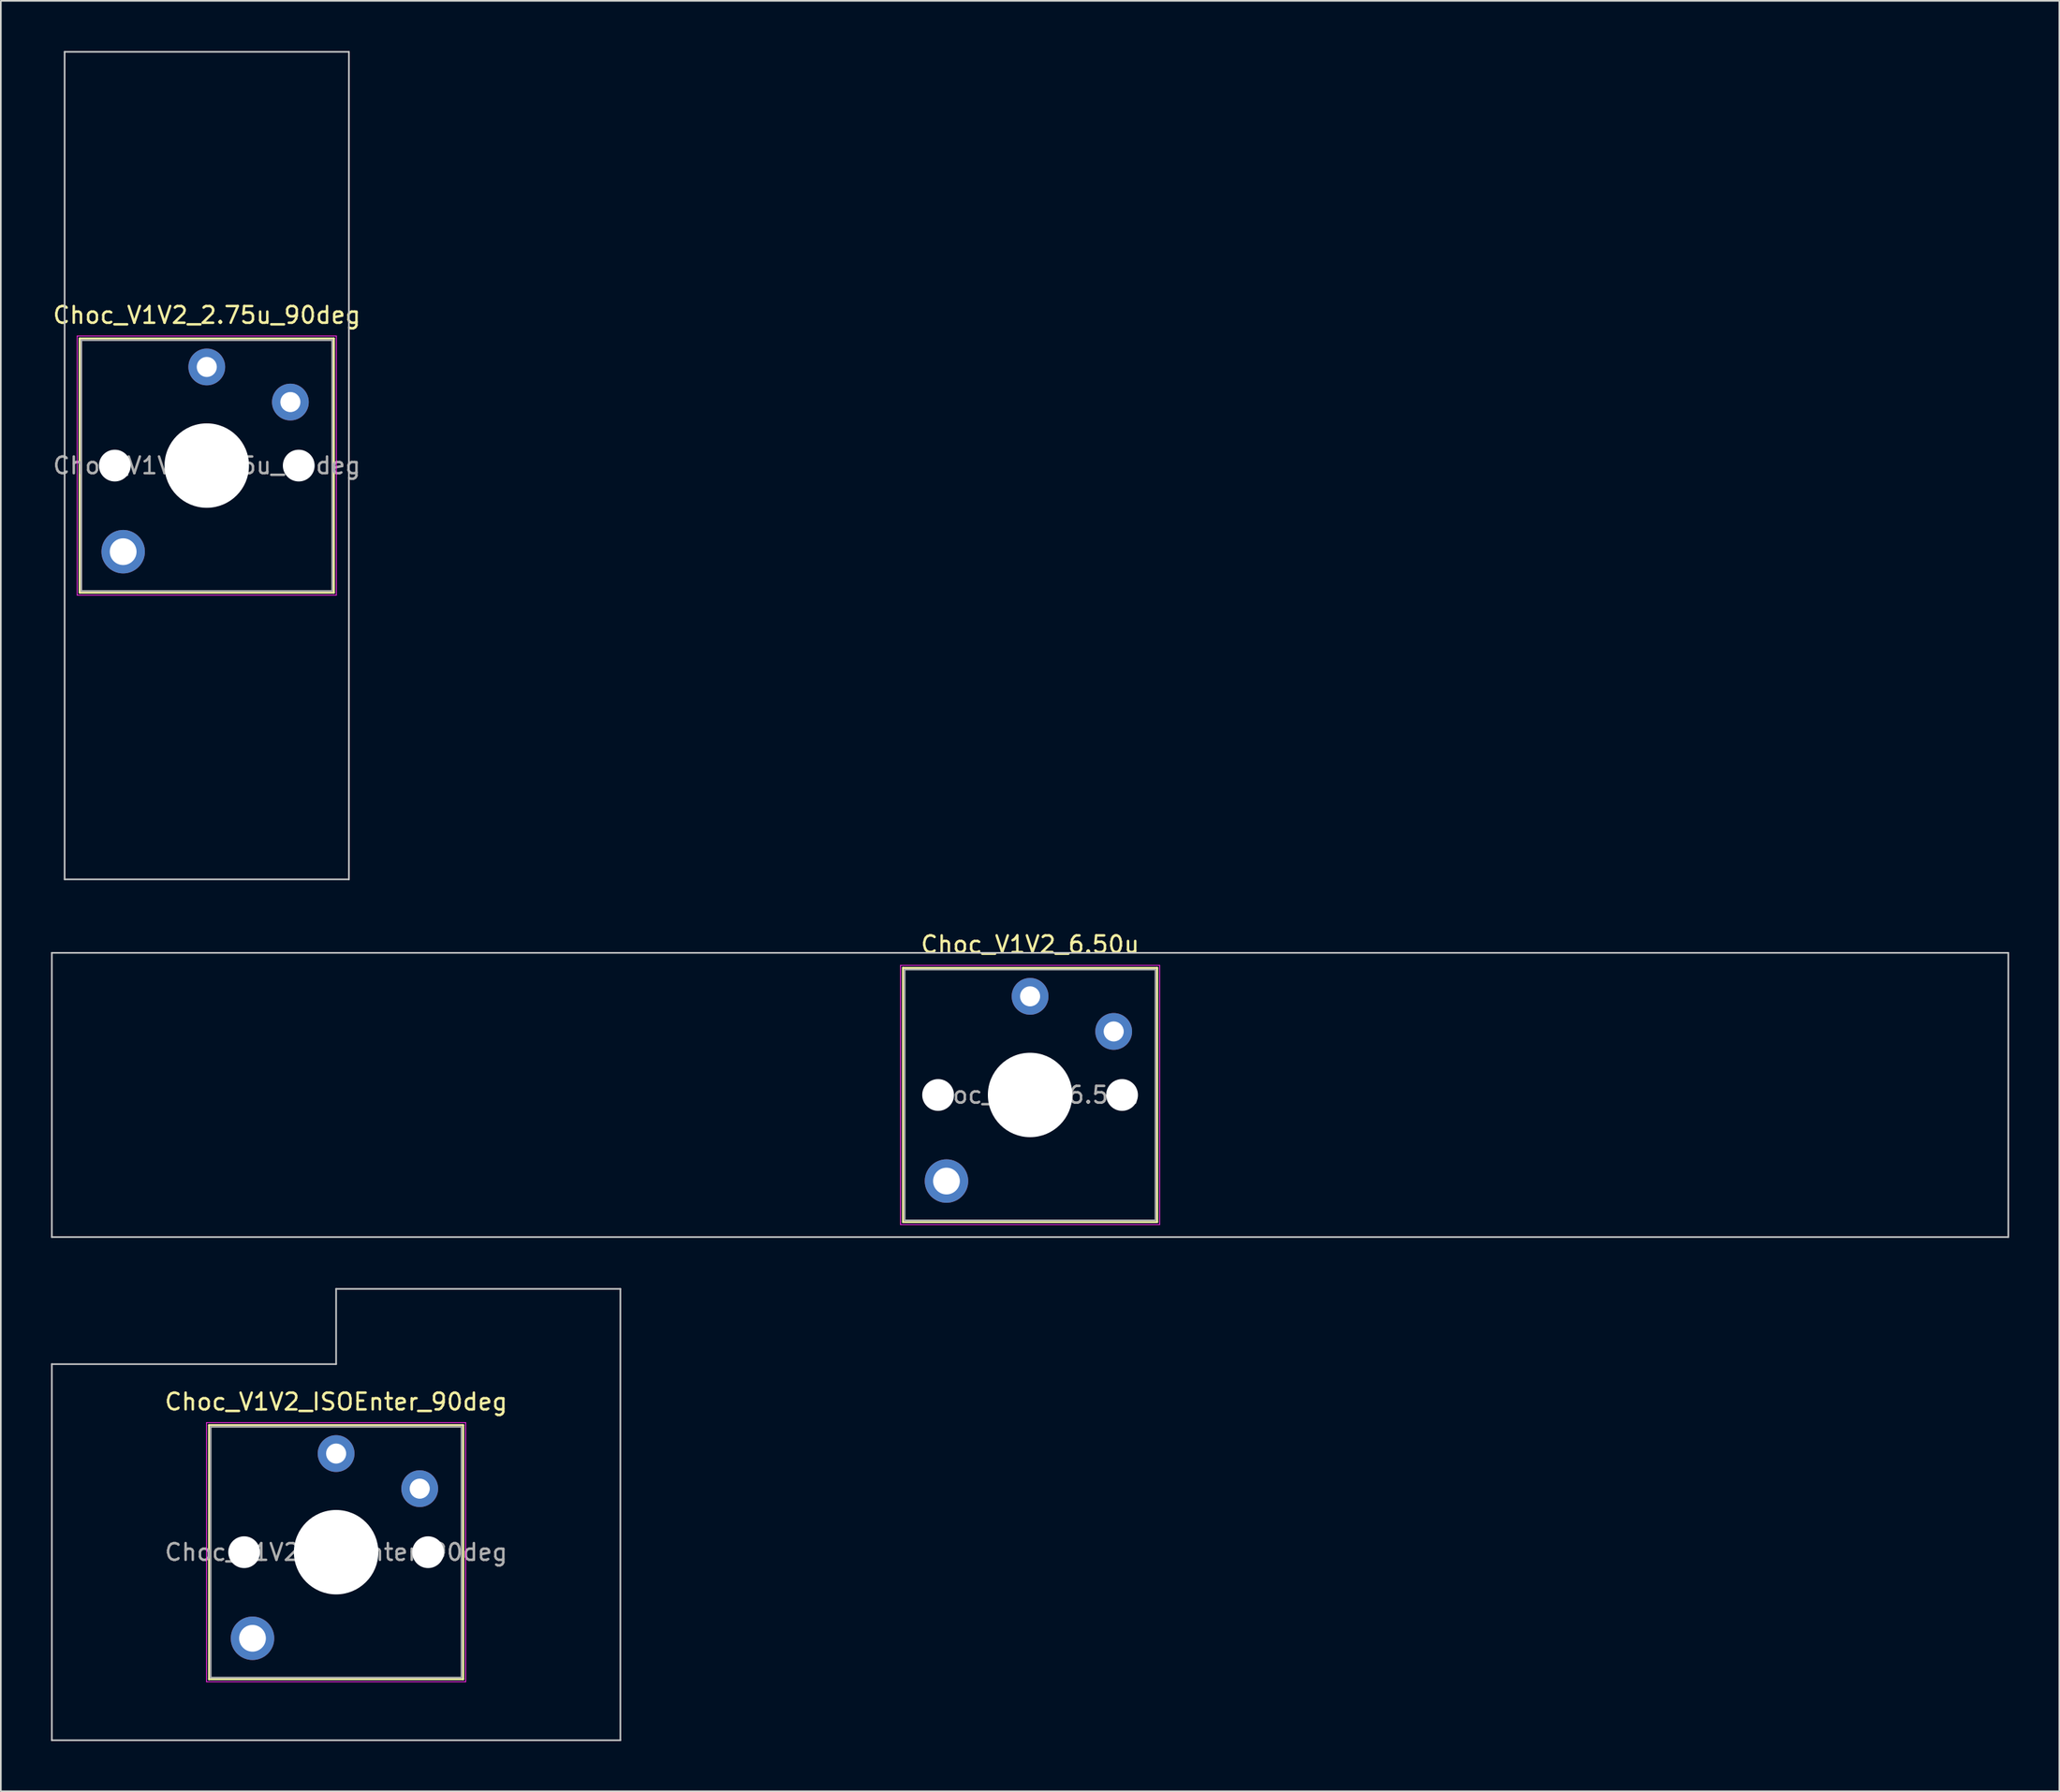
<source format=kicad_pcb>
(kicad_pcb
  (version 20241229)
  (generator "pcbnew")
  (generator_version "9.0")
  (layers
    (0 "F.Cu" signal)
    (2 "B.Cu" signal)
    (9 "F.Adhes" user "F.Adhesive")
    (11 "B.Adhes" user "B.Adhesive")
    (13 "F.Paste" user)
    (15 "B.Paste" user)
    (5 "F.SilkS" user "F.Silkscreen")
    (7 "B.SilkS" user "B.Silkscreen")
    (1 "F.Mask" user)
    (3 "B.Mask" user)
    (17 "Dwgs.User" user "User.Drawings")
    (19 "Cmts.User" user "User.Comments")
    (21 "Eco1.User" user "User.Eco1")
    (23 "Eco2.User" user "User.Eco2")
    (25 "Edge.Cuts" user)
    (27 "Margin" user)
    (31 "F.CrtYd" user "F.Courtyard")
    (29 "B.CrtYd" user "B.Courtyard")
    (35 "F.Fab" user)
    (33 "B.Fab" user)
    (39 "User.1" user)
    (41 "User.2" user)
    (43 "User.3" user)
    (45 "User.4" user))
  (footprint "Choc_V1V2_6.50u"
    (layer "F.Cu")
    (at 58.55 62.448)
    (property "Reference" "Choc_V1V2_6.50u" (at 0 -9 0) (layer "F.SilkS") (effects (font (size 1 1) (thickness 0.15))))
    (attr through_hole)
    (fp_line (start -7.6 -7.6) (end -7.6 7.6) (stroke (width 0.12) (type solid)) (layer "F.SilkS"))
    (fp_line (start -7.6 7.6) (end 7.6 7.6) (stroke (width 0.12) (type solid)) (layer "F.SilkS"))
    (fp_line (start 7.6 -7.6) (end -7.6 -7.6) (stroke (width 0.12) (type solid)) (layer "F.SilkS"))
    (fp_line (start 7.6 7.6) (end 7.6 -7.6) (stroke (width 0.12) (type solid)) (layer "F.SilkS"))
    (fp_line (start -58.5 -8.5) (end -58.5 8.5) (stroke (width 0.1) (type solid)) (layer "Dwgs.User"))
    (fp_line (start -58.5 8.5) (end 58.5 8.5) (stroke (width 0.1) (type solid)) (layer "Dwgs.User"))
    (fp_line (start 58.5 -8.5) (end -58.5 -8.5) (stroke (width 0.1) (type solid)) (layer "Dwgs.User"))
    (fp_line (start 58.5 8.5) (end 58.5 -8.5) (stroke (width 0.1) (type solid)) (layer "Dwgs.User"))
    (fp_line (start -7.25 -7.25) (end -7.25 7.25) (stroke (width 0.1) (type solid)) (layer "Eco1.User"))
    (fp_line (start -7.25 7.25) (end 7.25 7.25) (stroke (width 0.1) (type solid)) (layer "Eco1.User"))
    (fp_line (start 7.25 -7.25) (end -7.25 -7.25) (stroke (width 0.1) (type solid)) (layer "Eco1.User"))
    (fp_line (start 7.25 7.25) (end 7.25 -7.25) (stroke (width 0.1) (type solid)) (layer "Eco1.User"))
    (fp_line (start -7.75 -7.75) (end -7.75 7.75) (stroke (width 0.05) (type solid)) (layer "F.CrtYd"))
    (fp_line (start -7.75 7.75) (end 7.75 7.75) (stroke (width 0.05) (type solid)) (layer "F.CrtYd"))
    (fp_line (start 7.75 -7.75) (end -7.75 -7.75) (stroke (width 0.05) (type solid)) (layer "F.CrtYd"))
    (fp_line (start 7.75 7.75) (end 7.75 -7.75) (stroke (width 0.05) (type solid)) (layer "F.CrtYd"))
    (fp_line (start -7.5 -7.5) (end -7.5 7.5) (stroke (width 0.1) (type solid)) (layer "F.Fab"))
    (fp_line (start -7.5 7.5) (end 7.5 7.5) (stroke (width 0.1) (type solid)) (layer "F.Fab"))
    (fp_line (start 7.5 -7.5) (end -7.5 -7.5) (stroke (width 0.1) (type solid)) (layer "F.Fab"))
    (fp_line (start 7.5 7.5) (end 7.5 -7.5) (stroke (width 0.1) (type solid)) (layer "F.Fab"))
    (fp_text user "${REFERENCE}" (at 0 0 0) (layer "F.Fab") (effects (font (size 1 1) (thickness 0.15))))
    (pad "" np_thru_hole circle (at -5.5 0) (size 1.9 1.9) (drill 1.9) (layers "*.Cu" "*.Mask"))
    (pad "" thru_hole circle (at -5 5.15) (size 2.6 2.6) (drill 1.6) (layers "*.Cu" "*.Mask"))
    (pad "" np_thru_hole circle (at 0 0) (size 5.05 5.05) (drill 5.05) (layers "*.Cu" "*.Mask"))
    (pad "" np_thru_hole circle (at 5.5 0) (size 1.9 1.9) (drill 1.9) (layers "*.Cu" "*.Mask"))
    (pad "1" thru_hole circle (at 0 -5.9) (size 2.2 2.2) (drill 1.2) (layers "*.Cu" "*.Mask"))
    (pad "2" thru_hole circle (at 5 -3.8) (size 2.2 2.2) (drill 1.2) (layers "*.Cu" "*.Mask")))
  (footprint "Choc_V1V2_2.75u_90deg"
    (layer "F.Cu")
    (at 9.315 24.8)
    (property "Reference" "Choc_V1V2_2.75u_90deg" (at 0 -9 0) (layer "F.SilkS") (effects (font (size 1 1) (thickness 0.15))))
    (attr through_hole)
    (fp_line (start -7.6 -7.6) (end -7.6 7.6) (stroke (width 0.12) (type solid)) (layer "F.SilkS"))
    (fp_line (start -7.6 7.6) (end 7.6 7.6) (stroke (width 0.12) (type solid)) (layer "F.SilkS"))
    (fp_line (start 7.6 -7.6) (end -7.6 -7.6) (stroke (width 0.12) (type solid)) (layer "F.SilkS"))
    (fp_line (start 7.6 7.6) (end 7.6 -7.6) (stroke (width 0.12) (type solid)) (layer "F.SilkS"))
    (fp_line (start -8.5 -24.75) (end 8.5 -24.75) (stroke (width 0.1) (type solid)) (layer "Dwgs.User"))
    (fp_line (start -8.5 24.75) (end -8.5 -24.75) (stroke (width 0.1) (type solid)) (layer "Dwgs.User"))
    (fp_line (start 8.5 -24.75) (end 8.5 24.75) (stroke (width 0.1) (type solid)) (layer "Dwgs.User"))
    (fp_line (start 8.5 24.75) (end -8.5 24.75) (stroke (width 0.1) (type solid)) (layer "Dwgs.User"))
    (fp_line (start -7.25 -7.25) (end -7.25 7.25) (stroke (width 0.1) (type solid)) (layer "Eco1.User"))
    (fp_line (start -7.25 7.25) (end 7.25 7.25) (stroke (width 0.1) (type solid)) (layer "Eco1.User"))
    (fp_line (start 7.25 -7.25) (end -7.25 -7.25) (stroke (width 0.1) (type solid)) (layer "Eco1.User"))
    (fp_line (start 7.25 7.25) (end 7.25 -7.25) (stroke (width 0.1) (type solid)) (layer "Eco1.User"))
    (fp_line (start -7.75 -7.75) (end -7.75 7.75) (stroke (width 0.05) (type solid)) (layer "F.CrtYd"))
    (fp_line (start -7.75 7.75) (end 7.75 7.75) (stroke (width 0.05) (type solid)) (layer "F.CrtYd"))
    (fp_line (start 7.75 -7.75) (end -7.75 -7.75) (stroke (width 0.05) (type solid)) (layer "F.CrtYd"))
    (fp_line (start 7.75 7.75) (end 7.75 -7.75) (stroke (width 0.05) (type solid)) (layer "F.CrtYd"))
    (fp_line (start -7.5 -7.5) (end -7.5 7.5) (stroke (width 0.1) (type solid)) (layer "F.Fab"))
    (fp_line (start -7.5 7.5) (end 7.5 7.5) (stroke (width 0.1) (type solid)) (layer "F.Fab"))
    (fp_line (start 7.5 -7.5) (end -7.5 -7.5) (stroke (width 0.1) (type solid)) (layer "F.Fab"))
    (fp_line (start 7.5 7.5) (end 7.5 -7.5) (stroke (width 0.1) (type solid)) (layer "F.Fab"))
    (fp_text user "${REFERENCE}" (at 0 0 0) (layer "F.Fab") (effects (font (size 1 1) (thickness 0.15))))
    (pad "" np_thru_hole circle (at -5.5 0) (size 1.9 1.9) (drill 1.9) (layers "*.Cu" "*.Mask"))
    (pad "" thru_hole circle (at -5 5.15) (size 2.6 2.6) (drill 1.6) (layers "*.Cu" "*.Mask"))
    (pad "" np_thru_hole circle (at 0 0) (size 5.05 5.05) (drill 5.05) (layers "*.Cu" "*.Mask"))
    (pad "" np_thru_hole circle (at 5.5 0) (size 1.9 1.9) (drill 1.9) (layers "*.Cu" "*.Mask"))
    (pad "1" thru_hole circle (at 0 -5.9) (size 2.2 2.2) (drill 1.2) (layers "*.Cu" "*.Mask"))
    (pad "2" thru_hole circle (at 5 -3.8) (size 2.2 2.2) (drill 1.2) (layers "*.Cu" "*.Mask")))
  (footprint "Choc_V1V2_ISOEnter_90deg"
    (layer "F.Cu")
    (at 17.05 89.798)
    (property "Reference" "Choc_V1V2_ISOEnter_90deg" (at 0 -9 0) (layer "F.SilkS") (effects (font (size 1 1) (thickness 0.15))))
    (attr through_hole)
    (fp_line (start -7.6 -7.6) (end -7.6 7.6) (stroke (width 0.12) (type solid)) (layer "F.SilkS"))
    (fp_line (start -7.6 7.6) (end 7.6 7.6) (stroke (width 0.12) (type solid)) (layer "F.SilkS"))
    (fp_line (start 7.6 -7.6) (end -7.6 -7.6) (stroke (width 0.12) (type solid)) (layer "F.SilkS"))
    (fp_line (start 7.6 7.6) (end 7.6 -7.6) (stroke (width 0.12) (type solid)) (layer "F.SilkS"))
    (fp_line (start -17 -11.25) (end -17 11.25) (stroke (width 0.1) (type solid)) (layer "Dwgs.User"))
    (fp_line (start -17 11.25) (end 17 11.25) (stroke (width 0.1) (type solid)) (layer "Dwgs.User"))
    (fp_line (start 0 -15.75) (end 0 -11.25) (stroke (width 0.1) (type solid)) (layer "Dwgs.User"))
    (fp_line (start 0 -11.25) (end -17 -11.25) (stroke (width 0.1) (type solid)) (layer "Dwgs.User"))
    (fp_line (start 17 -15.75) (end 0 -15.75) (stroke (width 0.1) (type solid)) (layer "Dwgs.User"))
    (fp_line (start 17 11.25) (end 17 -15.75) (stroke (width 0.1) (type solid)) (layer "Dwgs.User"))
    (fp_line (start -7.25 -7.25) (end -7.25 7.25) (stroke (width 0.1) (type solid)) (layer "Eco1.User"))
    (fp_line (start -7.25 7.25) (end 7.25 7.25) (stroke (width 0.1) (type solid)) (layer "Eco1.User"))
    (fp_line (start 7.25 -7.25) (end -7.25 -7.25) (stroke (width 0.1) (type solid)) (layer "Eco1.User"))
    (fp_line (start 7.25 7.25) (end 7.25 -7.25) (stroke (width 0.1) (type solid)) (layer "Eco1.User"))
    (fp_line (start -7.75 -7.75) (end -7.75 7.75) (stroke (width 0.05) (type solid)) (layer "F.CrtYd"))
    (fp_line (start -7.75 7.75) (end 7.75 7.75) (stroke (width 0.05) (type solid)) (layer "F.CrtYd"))
    (fp_line (start 7.75 -7.75) (end -7.75 -7.75) (stroke (width 0.05) (type solid)) (layer "F.CrtYd"))
    (fp_line (start 7.75 7.75) (end 7.75 -7.75) (stroke (width 0.05) (type solid)) (layer "F.CrtYd"))
    (fp_line (start -7.5 -7.5) (end -7.5 7.5) (stroke (width 0.1) (type solid)) (layer "F.Fab"))
    (fp_line (start -7.5 7.5) (end 7.5 7.5) (stroke (width 0.1) (type solid)) (layer "F.Fab"))
    (fp_line (start 7.5 -7.5) (end -7.5 -7.5) (stroke (width 0.1) (type solid)) (layer "F.Fab"))
    (fp_line (start 7.5 7.5) (end 7.5 -7.5) (stroke (width 0.1) (type solid)) (layer "F.Fab"))
    (fp_text user "${REFERENCE}" (at 0 0 0) (layer "F.Fab") (effects (font (size 1 1) (thickness 0.15))))
    (pad "" np_thru_hole circle (at -5.5 0) (size 1.9 1.9) (drill 1.9) (layers "*.Cu" "*.Mask"))
    (pad "" thru_hole circle (at -5 5.15) (size 2.6 2.6) (drill 1.6) (layers "*.Cu" "*.Mask"))
    (pad "" np_thru_hole circle (at 0 0) (size 5.05 5.05) (drill 5.05) (layers "*.Cu" "*.Mask"))
    (pad "" np_thru_hole circle (at 5.5 0) (size 1.9 1.9) (drill 1.9) (layers "*.Cu" "*.Mask"))
    (pad "1" thru_hole circle (at 0 -5.9) (size 2.2 2.2) (drill 1.2) (layers "*.Cu" "*.Mask"))
    (pad "2" thru_hole circle (at 5 -3.8) (size 2.2 2.2) (drill 1.2) (layers "*.Cu" "*.Mask")))
  (gr_rect
    (start -3 -3)
    (end 120.1 104.098)
    (stroke (width 0.1) (type default))
    (fill no)
    (layer "Edge.Cuts")))
</source>
